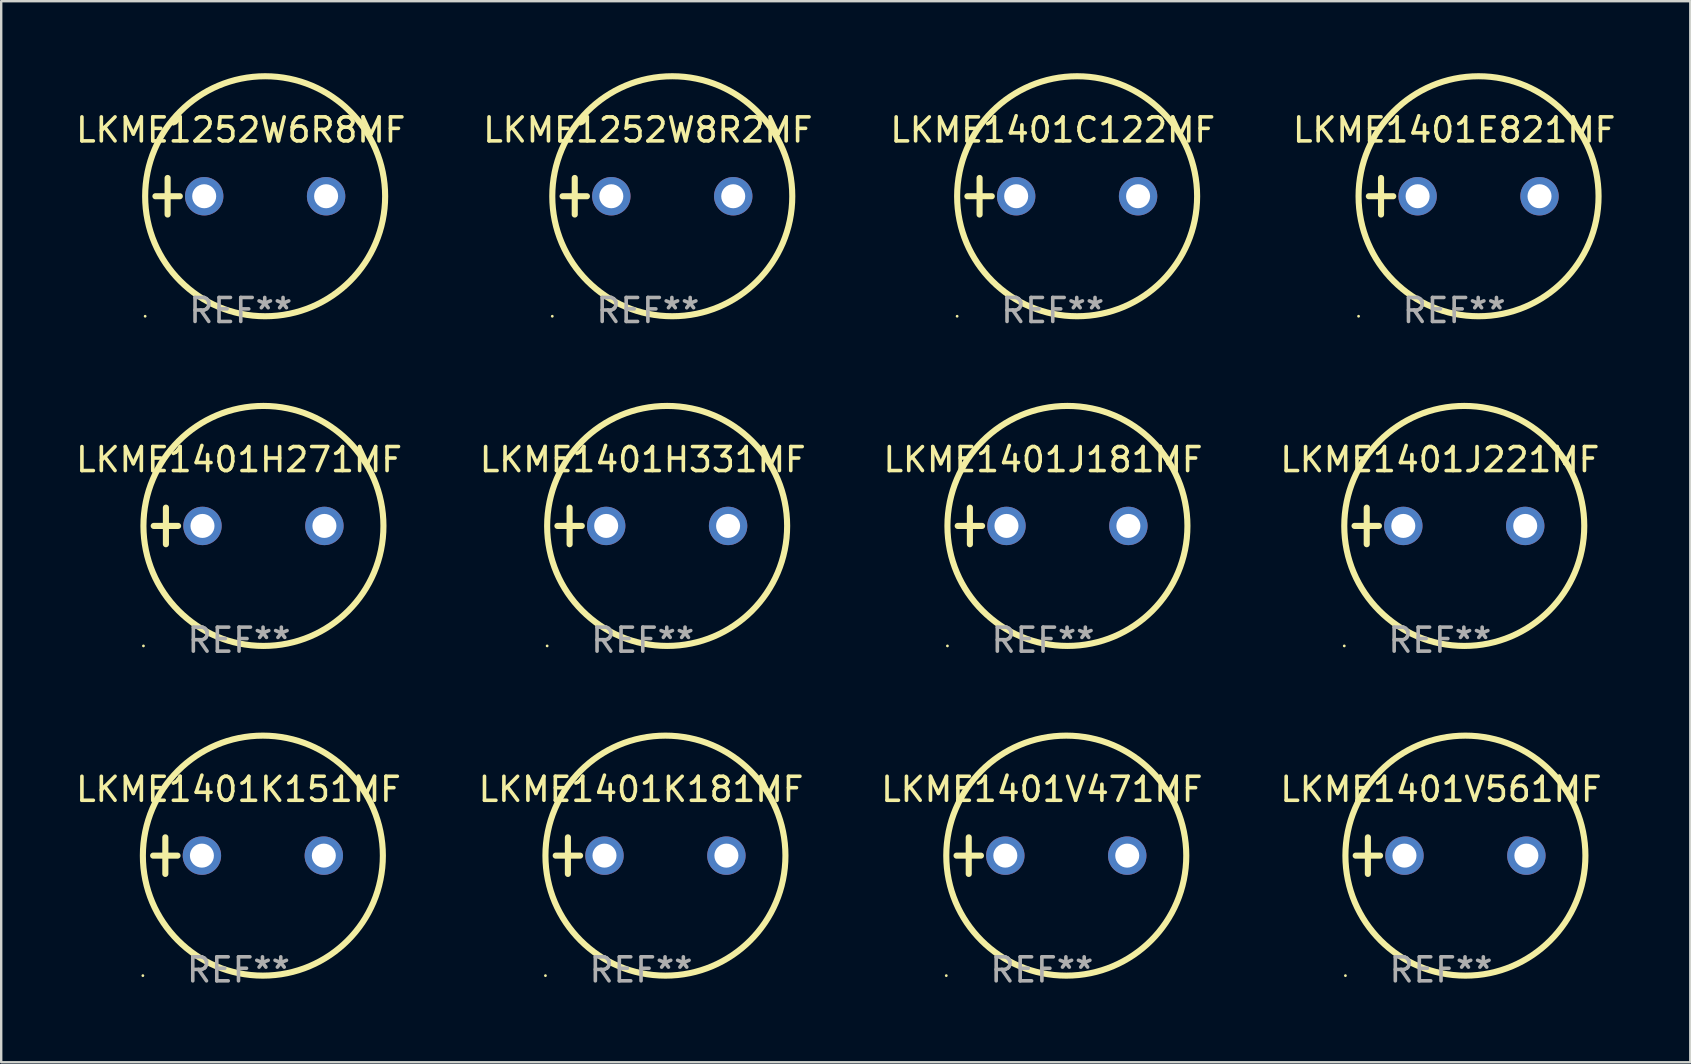
<source format=kicad_pcb>
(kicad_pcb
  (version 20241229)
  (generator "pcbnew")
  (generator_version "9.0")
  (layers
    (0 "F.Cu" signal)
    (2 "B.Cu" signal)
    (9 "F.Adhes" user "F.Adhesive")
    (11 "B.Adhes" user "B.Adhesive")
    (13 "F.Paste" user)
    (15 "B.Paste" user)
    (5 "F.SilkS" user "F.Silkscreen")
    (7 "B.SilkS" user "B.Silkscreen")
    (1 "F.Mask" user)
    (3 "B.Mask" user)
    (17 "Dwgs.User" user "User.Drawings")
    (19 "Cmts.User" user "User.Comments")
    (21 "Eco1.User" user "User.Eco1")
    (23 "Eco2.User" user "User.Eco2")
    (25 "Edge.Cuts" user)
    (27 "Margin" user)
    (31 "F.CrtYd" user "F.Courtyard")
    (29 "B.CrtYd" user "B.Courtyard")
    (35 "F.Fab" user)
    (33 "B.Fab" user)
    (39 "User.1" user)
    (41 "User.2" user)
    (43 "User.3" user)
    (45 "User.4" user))
  (footprint "LKME1401J221MF"
    (layer "F.Cu")
    (at 56.946 18.864)
    (property "Reference" "LKME1401J221MF" (at 0 -2.762 0) (layer "F.SilkS") (effects (font (size 1 1) (thickness 0.15))))
    (attr through_hole)
    (fp_line (start -3.556 0) (end -2.54 0) (stroke (width 0.254) (type solid)) (layer "F.SilkS"))
    (fp_line (start -3.048 -0.762) (end -3.048 0.762) (stroke (width 0.254) (type solid)) (layer "F.SilkS"))
    (fp_circle (center -3.984 5) (end -3.954 5) (stroke (width 0.06) (type solid)) (fill no) (layer "F.SilkS"))
    (fp_circle (center 1.016 0) (end 6.016 0) (stroke (width 0.254) (type solid)) (fill no) (layer "F.SilkS"))
    (fp_text user "REF**" (at 0 4.762 0) (layer "F.Fab") (effects (font (size 1 1) (thickness 0.15))))
    (pad "1" thru_hole circle (at -1.524 0) (size 1.6 1.6) (drill 1) (layers "*.Cu" "*.Mask"))
    (pad "2" thru_hole circle (at 3.556 0) (size 1.6 1.6) (drill 1) (layers "*.Cu" "*.Mask")))
  (footprint "LKME1401H331MF"
    (layer "F.Cu")
    (at 23.732 18.864)
    (property "Reference" "LKME1401H331MF" (at 0 -2.762 0) (layer "F.SilkS") (effects (font (size 1 1) (thickness 0.15))))
    (attr through_hole)
    (fp_line (start -3.556 0) (end -2.54 0) (stroke (width 0.254) (type solid)) (layer "F.SilkS"))
    (fp_line (start -3.048 -0.762) (end -3.048 0.762) (stroke (width 0.254) (type solid)) (layer "F.SilkS"))
    (fp_circle (center -3.984 5) (end -3.954 5) (stroke (width 0.06) (type solid)) (fill no) (layer "F.SilkS"))
    (fp_circle (center 1.016 0) (end 6.016 0) (stroke (width 0.254) (type solid)) (fill no) (layer "F.SilkS"))
    (fp_text user "REF**" (at 0 4.762 0) (layer "F.Fab") (effects (font (size 1 1) (thickness 0.15))))
    (pad "1" thru_hole circle (at -1.524 0) (size 1.6 1.6) (drill 1) (layers "*.Cu" "*.Mask"))
    (pad "2" thru_hole circle (at 3.556 0) (size 1.6 1.6) (drill 1) (layers "*.Cu" "*.Mask")))
  (footprint "LKME1401V471MF"
    (layer "F.Cu")
    (at 40.363 32.602)
    (property "Reference" "LKME1401V471MF" (at 0 -2.762 0) (layer "F.SilkS") (effects (font (size 1 1) (thickness 0.15))))
    (attr through_hole)
    (fp_line (start -3.556 0) (end -2.54 0) (stroke (width 0.254) (type solid)) (layer "F.SilkS"))
    (fp_line (start -3.048 -0.762) (end -3.048 0.762) (stroke (width 0.254) (type solid)) (layer "F.SilkS"))
    (fp_circle (center -3.984 5) (end -3.954 5) (stroke (width 0.06) (type solid)) (fill no) (layer "F.SilkS"))
    (fp_circle (center 1.016 0) (end 6.016 0) (stroke (width 0.254) (type solid)) (fill no) (layer "F.SilkS"))
    (fp_text user "REF**" (at 0 4.762 0) (layer "F.Fab") (effects (font (size 1 1) (thickness 0.15))))
    (pad "1" thru_hole circle (at -1.524 0) (size 1.6 1.6) (drill 1) (layers "*.Cu" "*.Mask"))
    (pad "2" thru_hole circle (at 3.556 0) (size 1.6 1.6) (drill 1) (layers "*.Cu" "*.Mask")))
  (footprint "LKME1401H271MF"
    (layer "F.Cu")
    (at 6.911 18.864)
    (property "Reference" "LKME1401H271MF" (at 0 -2.762 0) (layer "F.SilkS") (effects (font (size 1 1) (thickness 0.15))))
    (attr through_hole)
    (fp_line (start -3.556 0) (end -2.54 0) (stroke (width 0.254) (type solid)) (layer "F.SilkS"))
    (fp_line (start -3.048 -0.762) (end -3.048 0.762) (stroke (width 0.254) (type solid)) (layer "F.SilkS"))
    (fp_circle (center -3.984 5) (end -3.954 5) (stroke (width 0.06) (type solid)) (fill no) (layer "F.SilkS"))
    (fp_circle (center 1.016 0) (end 6.016 0) (stroke (width 0.254) (type solid)) (fill no) (layer "F.SilkS"))
    (fp_text user "REF**" (at 0 4.762 0) (layer "F.Fab") (effects (font (size 1 1) (thickness 0.15))))
    (pad "1" thru_hole circle (at -1.524 0) (size 1.6 1.6) (drill 1) (layers "*.Cu" "*.Mask"))
    (pad "2" thru_hole circle (at 3.556 0) (size 1.6 1.6) (drill 1) (layers "*.Cu" "*.Mask")))
  (footprint "LKME1401E821MF"
    (layer "F.Cu")
    (at 57.542 5.127)
    (property "Reference" "LKME1401E821MF" (at 0 -2.762 0) (layer "F.SilkS") (effects (font (size 1 1) (thickness 0.15))))
    (attr through_hole)
    (fp_line (start -3.556 0) (end -2.54 0) (stroke (width 0.254) (type solid)) (layer "F.SilkS"))
    (fp_line (start -3.048 -0.762) (end -3.048 0.762) (stroke (width 0.254) (type solid)) (layer "F.SilkS"))
    (fp_circle (center -3.984 5) (end -3.954 5) (stroke (width 0.06) (type solid)) (fill no) (layer "F.SilkS"))
    (fp_circle (center 1.016 0) (end 6.016 0) (stroke (width 0.254) (type solid)) (fill no) (layer "F.SilkS"))
    (fp_text user "REF**" (at 0 4.762 0) (layer "F.Fab") (effects (font (size 1 1) (thickness 0.15))))
    (pad "1" thru_hole circle (at -1.524 0) (size 1.6 1.6) (drill 1) (layers "*.Cu" "*.Mask"))
    (pad "2" thru_hole circle (at 3.556 0) (size 1.6 1.6) (drill 1) (layers "*.Cu" "*.Mask")))
  (footprint "LKME1401J181MF"
    (layer "F.Cu")
    (at 40.411 18.864)
    (property "Reference" "LKME1401J181MF" (at 0 -2.762 0) (layer "F.SilkS") (effects (font (size 1 1) (thickness 0.15))))
    (attr through_hole)
    (fp_line (start -3.556 0) (end -2.54 0) (stroke (width 0.254) (type solid)) (layer "F.SilkS"))
    (fp_line (start -3.048 -0.762) (end -3.048 0.762) (stroke (width 0.254) (type solid)) (layer "F.SilkS"))
    (fp_circle (center -3.984 5) (end -3.954 5) (stroke (width 0.06) (type solid)) (fill no) (layer "F.SilkS"))
    (fp_circle (center 1.016 0) (end 6.016 0) (stroke (width 0.254) (type solid)) (fill no) (layer "F.SilkS"))
    (fp_text user "REF**" (at 0 4.762 0) (layer "F.Fab") (effects (font (size 1 1) (thickness 0.15))))
    (pad "1" thru_hole circle (at -1.524 0) (size 1.6 1.6) (drill 1) (layers "*.Cu" "*.Mask"))
    (pad "2" thru_hole circle (at 3.556 0) (size 1.6 1.6) (drill 1) (layers "*.Cu" "*.Mask")))
  (footprint "LKME1401V561MF"
    (layer "F.Cu")
    (at 56.994 32.602)
    (property "Reference" "LKME1401V561MF" (at 0 -2.762 0) (layer "F.SilkS") (effects (font (size 1 1) (thickness 0.15))))
    (attr through_hole)
    (fp_line (start -3.556 0) (end -2.54 0) (stroke (width 0.254) (type solid)) (layer "F.SilkS"))
    (fp_line (start -3.048 -0.762) (end -3.048 0.762) (stroke (width 0.254) (type solid)) (layer "F.SilkS"))
    (fp_circle (center -3.984 5) (end -3.954 5) (stroke (width 0.06) (type solid)) (fill no) (layer "F.SilkS"))
    (fp_circle (center 1.016 0) (end 6.016 0) (stroke (width 0.254) (type solid)) (fill no) (layer "F.SilkS"))
    (fp_text user "REF**" (at 0 4.762 0) (layer "F.Fab") (effects (font (size 1 1) (thickness 0.15))))
    (pad "1" thru_hole circle (at -1.524 0) (size 1.6 1.6) (drill 1) (layers "*.Cu" "*.Mask"))
    (pad "2" thru_hole circle (at 3.556 0) (size 1.6 1.6) (drill 1) (layers "*.Cu" "*.Mask")))
  (footprint "LKME1401K181MF"
    (layer "F.Cu")
    (at 23.661 32.602)
    (property "Reference" "LKME1401K181MF" (at 0 -2.762 0) (layer "F.SilkS") (effects (font (size 1 1) (thickness 0.15))))
    (attr through_hole)
    (fp_line (start -3.556 0) (end -2.54 0) (stroke (width 0.254) (type solid)) (layer "F.SilkS"))
    (fp_line (start -3.048 -0.762) (end -3.048 0.762) (stroke (width 0.254) (type solid)) (layer "F.SilkS"))
    (fp_circle (center -3.984 5) (end -3.954 5) (stroke (width 0.06) (type solid)) (fill no) (layer "F.SilkS"))
    (fp_circle (center 1.016 0) (end 6.016 0) (stroke (width 0.254) (type solid)) (fill no) (layer "F.SilkS"))
    (fp_text user "REF**" (at 0 4.762 0) (layer "F.Fab") (effects (font (size 1 1) (thickness 0.15))))
    (pad "1" thru_hole circle (at -1.524 0) (size 1.6 1.6) (drill 1) (layers "*.Cu" "*.Mask"))
    (pad "2" thru_hole circle (at 3.556 0) (size 1.6 1.6) (drill 1) (layers "*.Cu" "*.Mask")))
  (footprint "LKME1252W6R8MF"
    (layer "F.Cu")
    (at 6.982 5.127)
    (property "Reference" "LKME1252W6R8MF" (at 0 -2.762 0) (layer "F.SilkS") (effects (font (size 1 1) (thickness 0.15))))
    (attr through_hole)
    (fp_line (start -3.556 0) (end -2.54 0) (stroke (width 0.254) (type solid)) (layer "F.SilkS"))
    (fp_line (start -3.048 -0.762) (end -3.048 0.762) (stroke (width 0.254) (type solid)) (layer "F.SilkS"))
    (fp_circle (center -3.984 5) (end -3.954 5) (stroke (width 0.06) (type solid)) (fill no) (layer "F.SilkS"))
    (fp_circle (center 1.016 0) (end 6.016 0) (stroke (width 0.254) (type solid)) (fill no) (layer "F.SilkS"))
    (fp_text user "REF**" (at 0 4.762 0) (layer "F.Fab") (effects (font (size 1 1) (thickness 0.15))))
    (pad "1" thru_hole circle (at -1.524 0) (size 1.6 1.6) (drill 1) (layers "*.Cu" "*.Mask"))
    (pad "2" thru_hole circle (at 3.556 0) (size 1.6 1.6) (drill 1) (layers "*.Cu" "*.Mask")))
  (footprint "LKME1401C122MF"
    (layer "F.Cu")
    (at 40.815 5.127)
    (property "Reference" "LKME1401C122MF" (at 0 -2.762 0) (layer "F.SilkS") (effects (font (size 1 1) (thickness 0.15))))
    (attr through_hole)
    (fp_line (start -3.556 0) (end -2.54 0) (stroke (width 0.254) (type solid)) (layer "F.SilkS"))
    (fp_line (start -3.048 -0.762) (end -3.048 0.762) (stroke (width 0.254) (type solid)) (layer "F.SilkS"))
    (fp_circle (center -3.984 5) (end -3.954 5) (stroke (width 0.06) (type solid)) (fill no) (layer "F.SilkS"))
    (fp_circle (center 1.016 0) (end 6.016 0) (stroke (width 0.254) (type solid)) (fill no) (layer "F.SilkS"))
    (fp_text user "REF**" (at 0 4.762 0) (layer "F.Fab") (effects (font (size 1 1) (thickness 0.15))))
    (pad "1" thru_hole circle (at -1.524 0) (size 1.6 1.6) (drill 1) (layers "*.Cu" "*.Mask"))
    (pad "2" thru_hole circle (at 3.556 0) (size 1.6 1.6) (drill 1) (layers "*.Cu" "*.Mask")))
  (footprint "LKME1401K151MF"
    (layer "F.Cu")
    (at 6.887 32.602)
    (property "Reference" "LKME1401K151MF" (at 0 -2.762 0) (layer "F.SilkS") (effects (font (size 1 1) (thickness 0.15))))
    (attr through_hole)
    (fp_line (start -3.556 0) (end -2.54 0) (stroke (width 0.254) (type solid)) (layer "F.SilkS"))
    (fp_line (start -3.048 -0.762) (end -3.048 0.762) (stroke (width 0.254) (type solid)) (layer "F.SilkS"))
    (fp_circle (center -3.984 5) (end -3.954 5) (stroke (width 0.06) (type solid)) (fill no) (layer "F.SilkS"))
    (fp_circle (center 1.016 0) (end 6.016 0) (stroke (width 0.254) (type solid)) (fill no) (layer "F.SilkS"))
    (fp_text user "REF**" (at 0 4.762 0) (layer "F.Fab") (effects (font (size 1 1) (thickness 0.15))))
    (pad "1" thru_hole circle (at -1.524 0) (size 1.6 1.6) (drill 1) (layers "*.Cu" "*.Mask"))
    (pad "2" thru_hole circle (at 3.556 0) (size 1.6 1.6) (drill 1) (layers "*.Cu" "*.Mask")))
  (footprint "LKME1252W8R2MF"
    (layer "F.Cu")
    (at 23.946 5.127)
    (property "Reference" "LKME1252W8R2MF" (at 0 -2.762 0) (layer "F.SilkS") (effects (font (size 1 1) (thickness 0.15))))
    (attr through_hole)
    (fp_line (start -3.556 0) (end -2.54 0) (stroke (width 0.254) (type solid)) (layer "F.SilkS"))
    (fp_line (start -3.048 -0.762) (end -3.048 0.762) (stroke (width 0.254) (type solid)) (layer "F.SilkS"))
    (fp_circle (center -3.984 5) (end -3.954 5) (stroke (width 0.06) (type solid)) (fill no) (layer "F.SilkS"))
    (fp_circle (center 1.016 0) (end 6.016 0) (stroke (width 0.254) (type solid)) (fill no) (layer "F.SilkS"))
    (fp_text user "REF**" (at 0 4.762 0) (layer "F.Fab") (effects (font (size 1 1) (thickness 0.15))))
    (pad "1" thru_hole circle (at -1.524 0) (size 1.6 1.6) (drill 1) (layers "*.Cu" "*.Mask"))
    (pad "2" thru_hole circle (at 3.556 0) (size 1.6 1.6) (drill 1) (layers "*.Cu" "*.Mask")))
  (gr_rect
    (start -3 -3)
    (end 67.381 41.212)
    (stroke (width 0.1) (type default))
    (fill no)
    (layer "Edge.Cuts")))
</source>
